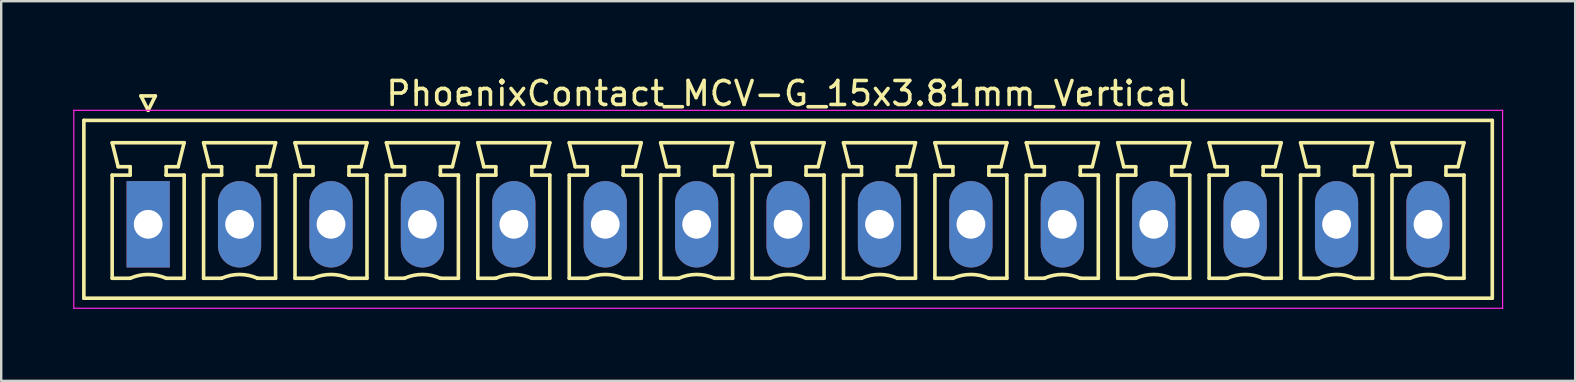
<source format=kicad_pcb>
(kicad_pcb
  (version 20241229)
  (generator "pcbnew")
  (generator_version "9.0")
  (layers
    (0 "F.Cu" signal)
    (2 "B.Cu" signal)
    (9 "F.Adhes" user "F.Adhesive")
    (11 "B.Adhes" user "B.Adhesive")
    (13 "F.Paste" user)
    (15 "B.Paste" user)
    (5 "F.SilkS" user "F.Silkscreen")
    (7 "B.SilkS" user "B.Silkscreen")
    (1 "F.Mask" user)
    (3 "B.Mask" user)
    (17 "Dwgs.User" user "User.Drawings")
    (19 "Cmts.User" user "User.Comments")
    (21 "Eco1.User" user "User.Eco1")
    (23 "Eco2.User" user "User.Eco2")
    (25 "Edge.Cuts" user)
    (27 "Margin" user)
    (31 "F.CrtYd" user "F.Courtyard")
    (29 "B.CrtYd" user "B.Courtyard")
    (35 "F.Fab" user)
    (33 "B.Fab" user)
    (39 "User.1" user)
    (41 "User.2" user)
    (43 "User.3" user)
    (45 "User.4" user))
  (footprint "PhoenixContact_MCV-G_15x3.81mm_Vertical"
    (layer "F.Cu")
    (at 3.125 6.298)
    (property "Reference" "PhoenixContact_MCV-G_15x3.81mm_Vertical" (at 26.67 -5.45 0) (layer "F.SilkS") (effects (font (size 1 1) (thickness 0.15))))
    (attr through_hole)
    (fp_line (start -2.68 -4.33) (end -2.68 3.08) (stroke (width 0.15) (type solid)) (layer "F.SilkS"))
    (fp_line (start -2.68 3.08) (end 56.02 3.08) (stroke (width 0.15) (type solid)) (layer "F.SilkS"))
    (fp_line (start -1.5 -3.4) (end 1.5 -3.4) (stroke (width 0.15) (type solid)) (layer "F.SilkS"))
    (fp_line (start -1.5 -2.05) (end -0.75 -2.05) (stroke (width 0.15) (type solid)) (layer "F.SilkS"))
    (fp_line (start -1.5 2.25) (end -1.5 -2.05) (stroke (width 0.15) (type solid)) (layer "F.SilkS"))
    (fp_line (start -1.25 -2.4) (end -1.5 -3.4) (stroke (width 0.15) (type solid)) (layer "F.SilkS"))
    (fp_line (start -0.75 -2.4) (end -1.25 -2.4) (stroke (width 0.15) (type solid)) (layer "F.SilkS"))
    (fp_line (start -0.75 -2.05) (end -0.75 -2.4) (stroke (width 0.15) (type solid)) (layer "F.SilkS"))
    (fp_line (start -0.75 2.25) (end -1.5 2.25) (stroke (width 0.15) (type solid)) (layer "F.SilkS"))
    (fp_line (start -0.3 -5.35) (end 0 -4.75) (stroke (width 0.15) (type solid)) (layer "F.SilkS"))
    (fp_line (start 0 -4.75) (end 0.3 -5.35) (stroke (width 0.15) (type solid)) (layer "F.SilkS"))
    (fp_line (start 0.3 -5.35) (end -0.3 -5.35) (stroke (width 0.15) (type solid)) (layer "F.SilkS"))
    (fp_line (start 0.75 -2.4) (end 0.75 -2.05) (stroke (width 0.15) (type solid)) (layer "F.SilkS"))
    (fp_line (start 0.75 -2.05) (end 0.75 -2.05) (stroke (width 0.15) (type solid)) (layer "F.SilkS"))
    (fp_line (start 0.75 -2.05) (end 1.5 -2.05) (stroke (width 0.15) (type solid)) (layer "F.SilkS"))
    (fp_line (start 1.25 -2.4) (end 0.75 -2.4) (stroke (width 0.15) (type solid)) (layer "F.SilkS"))
    (fp_line (start 1.5 -3.4) (end 1.25 -2.4) (stroke (width 0.15) (type solid)) (layer "F.SilkS"))
    (fp_line (start 1.5 -2.05) (end 1.5 2.25) (stroke (width 0.15) (type solid)) (layer "F.SilkS"))
    (fp_line (start 1.5 2.25) (end 0.75 2.25) (stroke (width 0.15) (type solid)) (layer "F.SilkS"))
    (fp_line (start 2.31 -3.4) (end 5.31 -3.4) (stroke (width 0.15) (type solid)) (layer "F.SilkS"))
    (fp_line (start 2.31 -2.05) (end 3.06 -2.05) (stroke (width 0.15) (type solid)) (layer "F.SilkS"))
    (fp_line (start 2.31 2.25) (end 2.31 -2.05) (stroke (width 0.15) (type solid)) (layer "F.SilkS"))
    (fp_line (start 2.56 -2.4) (end 2.31 -3.4) (stroke (width 0.15) (type solid)) (layer "F.SilkS"))
    (fp_line (start 3.06 -2.4) (end 2.56 -2.4) (stroke (width 0.15) (type solid)) (layer "F.SilkS"))
    (fp_line (start 3.06 -2.05) (end 3.06 -2.4) (stroke (width 0.15) (type solid)) (layer "F.SilkS"))
    (fp_line (start 3.06 2.25) (end 2.31 2.25) (stroke (width 0.15) (type solid)) (layer "F.SilkS"))
    (fp_line (start 4.56 -2.4) (end 4.56 -2.05) (stroke (width 0.15) (type solid)) (layer "F.SilkS"))
    (fp_line (start 4.56 -2.05) (end 4.56 -2.05) (stroke (width 0.15) (type solid)) (layer "F.SilkS"))
    (fp_line (start 4.56 -2.05) (end 5.31 -2.05) (stroke (width 0.15) (type solid)) (layer "F.SilkS"))
    (fp_line (start 5.06 -2.4) (end 4.56 -2.4) (stroke (width 0.15) (type solid)) (layer "F.SilkS"))
    (fp_line (start 5.31 -3.4) (end 5.06 -2.4) (stroke (width 0.15) (type solid)) (layer "F.SilkS"))
    (fp_line (start 5.31 -2.05) (end 5.31 2.25) (stroke (width 0.15) (type solid)) (layer "F.SilkS"))
    (fp_line (start 5.31 2.25) (end 4.56 2.25) (stroke (width 0.15) (type solid)) (layer "F.SilkS"))
    (fp_line (start 6.12 -3.4) (end 9.12 -3.4) (stroke (width 0.15) (type solid)) (layer "F.SilkS"))
    (fp_line (start 6.12 -2.05) (end 6.87 -2.05) (stroke (width 0.15) (type solid)) (layer "F.SilkS"))
    (fp_line (start 6.12 2.25) (end 6.12 -2.05) (stroke (width 0.15) (type solid)) (layer "F.SilkS"))
    (fp_line (start 6.37 -2.4) (end 6.12 -3.4) (stroke (width 0.15) (type solid)) (layer "F.SilkS"))
    (fp_line (start 6.87 -2.4) (end 6.37 -2.4) (stroke (width 0.15) (type solid)) (layer "F.SilkS"))
    (fp_line (start 6.87 -2.05) (end 6.87 -2.4) (stroke (width 0.15) (type solid)) (layer "F.SilkS"))
    (fp_line (start 6.87 2.25) (end 6.12 2.25) (stroke (width 0.15) (type solid)) (layer "F.SilkS"))
    (fp_line (start 8.37 -2.4) (end 8.37 -2.05) (stroke (width 0.15) (type solid)) (layer "F.SilkS"))
    (fp_line (start 8.37 -2.05) (end 8.37 -2.05) (stroke (width 0.15) (type solid)) (layer "F.SilkS"))
    (fp_line (start 8.37 -2.05) (end 9.12 -2.05) (stroke (width 0.15) (type solid)) (layer "F.SilkS"))
    (fp_line (start 8.87 -2.4) (end 8.37 -2.4) (stroke (width 0.15) (type solid)) (layer "F.SilkS"))
    (fp_line (start 9.12 -3.4) (end 8.87 -2.4) (stroke (width 0.15) (type solid)) (layer "F.SilkS"))
    (fp_line (start 9.12 -2.05) (end 9.12 2.25) (stroke (width 0.15) (type solid)) (layer "F.SilkS"))
    (fp_line (start 9.12 2.25) (end 8.37 2.25) (stroke (width 0.15) (type solid)) (layer "F.SilkS"))
    (fp_line (start 9.93 -3.4) (end 12.93 -3.4) (stroke (width 0.15) (type solid)) (layer "F.SilkS"))
    (fp_line (start 9.93 -2.05) (end 10.68 -2.05) (stroke (width 0.15) (type solid)) (layer "F.SilkS"))
    (fp_line (start 9.93 2.25) (end 9.93 -2.05) (stroke (width 0.15) (type solid)) (layer "F.SilkS"))
    (fp_line (start 10.18 -2.4) (end 9.93 -3.4) (stroke (width 0.15) (type solid)) (layer "F.SilkS"))
    (fp_line (start 10.68 -2.4) (end 10.18 -2.4) (stroke (width 0.15) (type solid)) (layer "F.SilkS"))
    (fp_line (start 10.68 -2.05) (end 10.68 -2.4) (stroke (width 0.15) (type solid)) (layer "F.SilkS"))
    (fp_line (start 10.68 2.25) (end 9.93 2.25) (stroke (width 0.15) (type solid)) (layer "F.SilkS"))
    (fp_line (start 12.18 -2.4) (end 12.18 -2.05) (stroke (width 0.15) (type solid)) (layer "F.SilkS"))
    (fp_line (start 12.18 -2.05) (end 12.18 -2.05) (stroke (width 0.15) (type solid)) (layer "F.SilkS"))
    (fp_line (start 12.18 -2.05) (end 12.93 -2.05) (stroke (width 0.15) (type solid)) (layer "F.SilkS"))
    (fp_line (start 12.68 -2.4) (end 12.18 -2.4) (stroke (width 0.15) (type solid)) (layer "F.SilkS"))
    (fp_line (start 12.93 -3.4) (end 12.68 -2.4) (stroke (width 0.15) (type solid)) (layer "F.SilkS"))
    (fp_line (start 12.93 -2.05) (end 12.93 2.25) (stroke (width 0.15) (type solid)) (layer "F.SilkS"))
    (fp_line (start 12.93 2.25) (end 12.18 2.25) (stroke (width 0.15) (type solid)) (layer "F.SilkS"))
    (fp_line (start 13.74 -3.4) (end 16.74 -3.4) (stroke (width 0.15) (type solid)) (layer "F.SilkS"))
    (fp_line (start 13.74 -2.05) (end 14.49 -2.05) (stroke (width 0.15) (type solid)) (layer "F.SilkS"))
    (fp_line (start 13.74 2.25) (end 13.74 -2.05) (stroke (width 0.15) (type solid)) (layer "F.SilkS"))
    (fp_line (start 13.99 -2.4) (end 13.74 -3.4) (stroke (width 0.15) (type solid)) (layer "F.SilkS"))
    (fp_line (start 14.49 -2.4) (end 13.99 -2.4) (stroke (width 0.15) (type solid)) (layer "F.SilkS"))
    (fp_line (start 14.49 -2.05) (end 14.49 -2.4) (stroke (width 0.15) (type solid)) (layer "F.SilkS"))
    (fp_line (start 14.49 2.25) (end 13.74 2.25) (stroke (width 0.15) (type solid)) (layer "F.SilkS"))
    (fp_line (start 15.99 -2.4) (end 15.99 -2.05) (stroke (width 0.15) (type solid)) (layer "F.SilkS"))
    (fp_line (start 15.99 -2.05) (end 15.99 -2.05) (stroke (width 0.15) (type solid)) (layer "F.SilkS"))
    (fp_line (start 15.99 -2.05) (end 16.74 -2.05) (stroke (width 0.15) (type solid)) (layer "F.SilkS"))
    (fp_line (start 16.49 -2.4) (end 15.99 -2.4) (stroke (width 0.15) (type solid)) (layer "F.SilkS"))
    (fp_line (start 16.74 -3.4) (end 16.49 -2.4) (stroke (width 0.15) (type solid)) (layer "F.SilkS"))
    (fp_line (start 16.74 -2.05) (end 16.74 2.25) (stroke (width 0.15) (type solid)) (layer "F.SilkS"))
    (fp_line (start 16.74 2.25) (end 15.99 2.25) (stroke (width 0.15) (type solid)) (layer "F.SilkS"))
    (fp_line (start 17.55 -3.4) (end 20.55 -3.4) (stroke (width 0.15) (type solid)) (layer "F.SilkS"))
    (fp_line (start 17.55 -2.05) (end 18.3 -2.05) (stroke (width 0.15) (type solid)) (layer "F.SilkS"))
    (fp_line (start 17.55 2.25) (end 17.55 -2.05) (stroke (width 0.15) (type solid)) (layer "F.SilkS"))
    (fp_line (start 17.8 -2.4) (end 17.55 -3.4) (stroke (width 0.15) (type solid)) (layer "F.SilkS"))
    (fp_line (start 18.3 -2.4) (end 17.8 -2.4) (stroke (width 0.15) (type solid)) (layer "F.SilkS"))
    (fp_line (start 18.3 -2.05) (end 18.3 -2.4) (stroke (width 0.15) (type solid)) (layer "F.SilkS"))
    (fp_line (start 18.3 2.25) (end 17.55 2.25) (stroke (width 0.15) (type solid)) (layer "F.SilkS"))
    (fp_line (start 19.8 -2.4) (end 19.8 -2.05) (stroke (width 0.15) (type solid)) (layer "F.SilkS"))
    (fp_line (start 19.8 -2.05) (end 19.8 -2.05) (stroke (width 0.15) (type solid)) (layer "F.SilkS"))
    (fp_line (start 19.8 -2.05) (end 20.55 -2.05) (stroke (width 0.15) (type solid)) (layer "F.SilkS"))
    (fp_line (start 20.3 -2.4) (end 19.8 -2.4) (stroke (width 0.15) (type solid)) (layer "F.SilkS"))
    (fp_line (start 20.55 -3.4) (end 20.3 -2.4) (stroke (width 0.15) (type solid)) (layer "F.SilkS"))
    (fp_line (start 20.55 -2.05) (end 20.55 2.25) (stroke (width 0.15) (type solid)) (layer "F.SilkS"))
    (fp_line (start 20.55 2.25) (end 19.8 2.25) (stroke (width 0.15) (type solid)) (layer "F.SilkS"))
    (fp_line (start 21.36 -3.4) (end 24.36 -3.4) (stroke (width 0.15) (type solid)) (layer "F.SilkS"))
    (fp_line (start 21.36 -2.05) (end 22.11 -2.05) (stroke (width 0.15) (type solid)) (layer "F.SilkS"))
    (fp_line (start 21.36 2.25) (end 21.36 -2.05) (stroke (width 0.15) (type solid)) (layer "F.SilkS"))
    (fp_line (start 21.61 -2.4) (end 21.36 -3.4) (stroke (width 0.15) (type solid)) (layer "F.SilkS"))
    (fp_line (start 22.11 -2.4) (end 21.61 -2.4) (stroke (width 0.15) (type solid)) (layer "F.SilkS"))
    (fp_line (start 22.11 -2.05) (end 22.11 -2.4) (stroke (width 0.15) (type solid)) (layer "F.SilkS"))
    (fp_line (start 22.11 2.25) (end 21.36 2.25) (stroke (width 0.15) (type solid)) (layer "F.SilkS"))
    (fp_line (start 23.61 -2.4) (end 23.61 -2.05) (stroke (width 0.15) (type solid)) (layer "F.SilkS"))
    (fp_line (start 23.61 -2.05) (end 23.61 -2.05) (stroke (width 0.15) (type solid)) (layer "F.SilkS"))
    (fp_line (start 23.61 -2.05) (end 24.36 -2.05) (stroke (width 0.15) (type solid)) (layer "F.SilkS"))
    (fp_line (start 24.11 -2.4) (end 23.61 -2.4) (stroke (width 0.15) (type solid)) (layer "F.SilkS"))
    (fp_line (start 24.36 -3.4) (end 24.11 -2.4) (stroke (width 0.15) (type solid)) (layer "F.SilkS"))
    (fp_line (start 24.36 -2.05) (end 24.36 2.25) (stroke (width 0.15) (type solid)) (layer "F.SilkS"))
    (fp_line (start 24.36 2.25) (end 23.61 2.25) (stroke (width 0.15) (type solid)) (layer "F.SilkS"))
    (fp_line (start 25.17 -3.4) (end 28.17 -3.4) (stroke (width 0.15) (type solid)) (layer "F.SilkS"))
    (fp_line (start 25.17 -2.05) (end 25.92 -2.05) (stroke (width 0.15) (type solid)) (layer "F.SilkS"))
    (fp_line (start 25.17 2.25) (end 25.17 -2.05) (stroke (width 0.15) (type solid)) (layer "F.SilkS"))
    (fp_line (start 25.42 -2.4) (end 25.17 -3.4) (stroke (width 0.15) (type solid)) (layer "F.SilkS"))
    (fp_line (start 25.92 -2.4) (end 25.42 -2.4) (stroke (width 0.15) (type solid)) (layer "F.SilkS"))
    (fp_line (start 25.92 -2.05) (end 25.92 -2.4) (stroke (width 0.15) (type solid)) (layer "F.SilkS"))
    (fp_line (start 25.92 2.25) (end 25.17 2.25) (stroke (width 0.15) (type solid)) (layer "F.SilkS"))
    (fp_line (start 27.42 -2.4) (end 27.42 -2.05) (stroke (width 0.15) (type solid)) (layer "F.SilkS"))
    (fp_line (start 27.42 -2.05) (end 27.42 -2.05) (stroke (width 0.15) (type solid)) (layer "F.SilkS"))
    (fp_line (start 27.42 -2.05) (end 28.17 -2.05) (stroke (width 0.15) (type solid)) (layer "F.SilkS"))
    (fp_line (start 27.92 -2.4) (end 27.42 -2.4) (stroke (width 0.15) (type solid)) (layer "F.SilkS"))
    (fp_line (start 28.17 -3.4) (end 27.92 -2.4) (stroke (width 0.15) (type solid)) (layer "F.SilkS"))
    (fp_line (start 28.17 -2.05) (end 28.17 2.25) (stroke (width 0.15) (type solid)) (layer "F.SilkS"))
    (fp_line (start 28.17 2.25) (end 27.42 2.25) (stroke (width 0.15) (type solid)) (layer "F.SilkS"))
    (fp_line (start 28.98 -3.4) (end 31.98 -3.4) (stroke (width 0.15) (type solid)) (layer "F.SilkS"))
    (fp_line (start 28.98 -2.05) (end 29.73 -2.05) (stroke (width 0.15) (type solid)) (layer "F.SilkS"))
    (fp_line (start 28.98 2.25) (end 28.98 -2.05) (stroke (width 0.15) (type solid)) (layer "F.SilkS"))
    (fp_line (start 29.23 -2.4) (end 28.98 -3.4) (stroke (width 0.15) (type solid)) (layer "F.SilkS"))
    (fp_line (start 29.73 -2.4) (end 29.23 -2.4) (stroke (width 0.15) (type solid)) (layer "F.SilkS"))
    (fp_line (start 29.73 -2.05) (end 29.73 -2.4) (stroke (width 0.15) (type solid)) (layer "F.SilkS"))
    (fp_line (start 29.73 2.25) (end 28.98 2.25) (stroke (width 0.15) (type solid)) (layer "F.SilkS"))
    (fp_line (start 31.23 -2.4) (end 31.23 -2.05) (stroke (width 0.15) (type solid)) (layer "F.SilkS"))
    (fp_line (start 31.23 -2.05) (end 31.23 -2.05) (stroke (width 0.15) (type solid)) (layer "F.SilkS"))
    (fp_line (start 31.23 -2.05) (end 31.98 -2.05) (stroke (width 0.15) (type solid)) (layer "F.SilkS"))
    (fp_line (start 31.73 -2.4) (end 31.23 -2.4) (stroke (width 0.15) (type solid)) (layer "F.SilkS"))
    (fp_line (start 31.98 -3.4) (end 31.73 -2.4) (stroke (width 0.15) (type solid)) (layer "F.SilkS"))
    (fp_line (start 31.98 -2.05) (end 31.98 2.25) (stroke (width 0.15) (type solid)) (layer "F.SilkS"))
    (fp_line (start 31.98 2.25) (end 31.23 2.25) (stroke (width 0.15) (type solid)) (layer "F.SilkS"))
    (fp_line (start 32.79 -3.4) (end 35.79 -3.4) (stroke (width 0.15) (type solid)) (layer "F.SilkS"))
    (fp_line (start 32.79 -2.05) (end 33.54 -2.05) (stroke (width 0.15) (type solid)) (layer "F.SilkS"))
    (fp_line (start 32.79 2.25) (end 32.79 -2.05) (stroke (width 0.15) (type solid)) (layer "F.SilkS"))
    (fp_line (start 33.04 -2.4) (end 32.79 -3.4) (stroke (width 0.15) (type solid)) (layer "F.SilkS"))
    (fp_line (start 33.54 -2.4) (end 33.04 -2.4) (stroke (width 0.15) (type solid)) (layer "F.SilkS"))
    (fp_line (start 33.54 -2.05) (end 33.54 -2.4) (stroke (width 0.15) (type solid)) (layer "F.SilkS"))
    (fp_line (start 33.54 2.25) (end 32.79 2.25) (stroke (width 0.15) (type solid)) (layer "F.SilkS"))
    (fp_line (start 35.04 -2.4) (end 35.04 -2.05) (stroke (width 0.15) (type solid)) (layer "F.SilkS"))
    (fp_line (start 35.04 -2.05) (end 35.04 -2.05) (stroke (width 0.15) (type solid)) (layer "F.SilkS"))
    (fp_line (start 35.04 -2.05) (end 35.79 -2.05) (stroke (width 0.15) (type solid)) (layer "F.SilkS"))
    (fp_line (start 35.54 -2.4) (end 35.04 -2.4) (stroke (width 0.15) (type solid)) (layer "F.SilkS"))
    (fp_line (start 35.79 -3.4) (end 35.54 -2.4) (stroke (width 0.15) (type solid)) (layer "F.SilkS"))
    (fp_line (start 35.79 -2.05) (end 35.79 2.25) (stroke (width 0.15) (type solid)) (layer "F.SilkS"))
    (fp_line (start 35.79 2.25) (end 35.04 2.25) (stroke (width 0.15) (type solid)) (layer "F.SilkS"))
    (fp_line (start 36.6 -3.4) (end 39.6 -3.4) (stroke (width 0.15) (type solid)) (layer "F.SilkS"))
    (fp_line (start 36.6 -2.05) (end 37.35 -2.05) (stroke (width 0.15) (type solid)) (layer "F.SilkS"))
    (fp_line (start 36.6 2.25) (end 36.6 -2.05) (stroke (width 0.15) (type solid)) (layer "F.SilkS"))
    (fp_line (start 36.85 -2.4) (end 36.6 -3.4) (stroke (width 0.15) (type solid)) (layer "F.SilkS"))
    (fp_line (start 37.35 -2.4) (end 36.85 -2.4) (stroke (width 0.15) (type solid)) (layer "F.SilkS"))
    (fp_line (start 37.35 -2.05) (end 37.35 -2.4) (stroke (width 0.15) (type solid)) (layer "F.SilkS"))
    (fp_line (start 37.35 2.25) (end 36.6 2.25) (stroke (width 0.15) (type solid)) (layer "F.SilkS"))
    (fp_line (start 38.85 -2.4) (end 38.85 -2.05) (stroke (width 0.15) (type solid)) (layer "F.SilkS"))
    (fp_line (start 38.85 -2.05) (end 38.85 -2.05) (stroke (width 0.15) (type solid)) (layer "F.SilkS"))
    (fp_line (start 38.85 -2.05) (end 39.6 -2.05) (stroke (width 0.15) (type solid)) (layer "F.SilkS"))
    (fp_line (start 39.35 -2.4) (end 38.85 -2.4) (stroke (width 0.15) (type solid)) (layer "F.SilkS"))
    (fp_line (start 39.6 -3.4) (end 39.35 -2.4) (stroke (width 0.15) (type solid)) (layer "F.SilkS"))
    (fp_line (start 39.6 -2.05) (end 39.6 2.25) (stroke (width 0.15) (type solid)) (layer "F.SilkS"))
    (fp_line (start 39.6 2.25) (end 38.85 2.25) (stroke (width 0.15) (type solid)) (layer "F.SilkS"))
    (fp_line (start 40.41 -3.4) (end 43.41 -3.4) (stroke (width 0.15) (type solid)) (layer "F.SilkS"))
    (fp_line (start 40.41 -2.05) (end 41.16 -2.05) (stroke (width 0.15) (type solid)) (layer "F.SilkS"))
    (fp_line (start 40.41 2.25) (end 40.41 -2.05) (stroke (width 0.15) (type solid)) (layer "F.SilkS"))
    (fp_line (start 40.66 -2.4) (end 40.41 -3.4) (stroke (width 0.15) (type solid)) (layer "F.SilkS"))
    (fp_line (start 41.16 -2.4) (end 40.66 -2.4) (stroke (width 0.15) (type solid)) (layer "F.SilkS"))
    (fp_line (start 41.16 -2.05) (end 41.16 -2.4) (stroke (width 0.15) (type solid)) (layer "F.SilkS"))
    (fp_line (start 41.16 2.25) (end 40.41 2.25) (stroke (width 0.15) (type solid)) (layer "F.SilkS"))
    (fp_line (start 42.66 -2.4) (end 42.66 -2.05) (stroke (width 0.15) (type solid)) (layer "F.SilkS"))
    (fp_line (start 42.66 -2.05) (end 42.66 -2.05) (stroke (width 0.15) (type solid)) (layer "F.SilkS"))
    (fp_line (start 42.66 -2.05) (end 43.41 -2.05) (stroke (width 0.15) (type solid)) (layer "F.SilkS"))
    (fp_line (start 43.16 -2.4) (end 42.66 -2.4) (stroke (width 0.15) (type solid)) (layer "F.SilkS"))
    (fp_line (start 43.41 -3.4) (end 43.16 -2.4) (stroke (width 0.15) (type solid)) (layer "F.SilkS"))
    (fp_line (start 43.41 -2.05) (end 43.41 2.25) (stroke (width 0.15) (type solid)) (layer "F.SilkS"))
    (fp_line (start 43.41 2.25) (end 42.66 2.25) (stroke (width 0.15) (type solid)) (layer "F.SilkS"))
    (fp_line (start 44.22 -3.4) (end 47.22 -3.4) (stroke (width 0.15) (type solid)) (layer "F.SilkS"))
    (fp_line (start 44.22 -2.05) (end 44.97 -2.05) (stroke (width 0.15) (type solid)) (layer "F.SilkS"))
    (fp_line (start 44.22 2.25) (end 44.22 -2.05) (stroke (width 0.15) (type solid)) (layer "F.SilkS"))
    (fp_line (start 44.47 -2.4) (end 44.22 -3.4) (stroke (width 0.15) (type solid)) (layer "F.SilkS"))
    (fp_line (start 44.97 -2.4) (end 44.47 -2.4) (stroke (width 0.15) (type solid)) (layer "F.SilkS"))
    (fp_line (start 44.97 -2.05) (end 44.97 -2.4) (stroke (width 0.15) (type solid)) (layer "F.SilkS"))
    (fp_line (start 44.97 2.25) (end 44.22 2.25) (stroke (width 0.15) (type solid)) (layer "F.SilkS"))
    (fp_line (start 46.47 -2.4) (end 46.47 -2.05) (stroke (width 0.15) (type solid)) (layer "F.SilkS"))
    (fp_line (start 46.47 -2.05) (end 46.47 -2.05) (stroke (width 0.15) (type solid)) (layer "F.SilkS"))
    (fp_line (start 46.47 -2.05) (end 47.22 -2.05) (stroke (width 0.15) (type solid)) (layer "F.SilkS"))
    (fp_line (start 46.97 -2.4) (end 46.47 -2.4) (stroke (width 0.15) (type solid)) (layer "F.SilkS"))
    (fp_line (start 47.22 -3.4) (end 46.97 -2.4) (stroke (width 0.15) (type solid)) (layer "F.SilkS"))
    (fp_line (start 47.22 -2.05) (end 47.22 2.25) (stroke (width 0.15) (type solid)) (layer "F.SilkS"))
    (fp_line (start 47.22 2.25) (end 46.47 2.25) (stroke (width 0.15) (type solid)) (layer "F.SilkS"))
    (fp_line (start 48.03 -3.4) (end 51.03 -3.4) (stroke (width 0.15) (type solid)) (layer "F.SilkS"))
    (fp_line (start 48.03 -2.05) (end 48.78 -2.05) (stroke (width 0.15) (type solid)) (layer "F.SilkS"))
    (fp_line (start 48.03 2.25) (end 48.03 -2.05) (stroke (width 0.15) (type solid)) (layer "F.SilkS"))
    (fp_line (start 48.28 -2.4) (end 48.03 -3.4) (stroke (width 0.15) (type solid)) (layer "F.SilkS"))
    (fp_line (start 48.78 -2.4) (end 48.28 -2.4) (stroke (width 0.15) (type solid)) (layer "F.SilkS"))
    (fp_line (start 48.78 -2.05) (end 48.78 -2.4) (stroke (width 0.15) (type solid)) (layer "F.SilkS"))
    (fp_line (start 48.78 2.25) (end 48.03 2.25) (stroke (width 0.15) (type solid)) (layer "F.SilkS"))
    (fp_line (start 50.28 -2.4) (end 50.28 -2.05) (stroke (width 0.15) (type solid)) (layer "F.SilkS"))
    (fp_line (start 50.28 -2.05) (end 50.28 -2.05) (stroke (width 0.15) (type solid)) (layer "F.SilkS"))
    (fp_line (start 50.28 -2.05) (end 51.03 -2.05) (stroke (width 0.15) (type solid)) (layer "F.SilkS"))
    (fp_line (start 50.78 -2.4) (end 50.28 -2.4) (stroke (width 0.15) (type solid)) (layer "F.SilkS"))
    (fp_line (start 51.03 -3.4) (end 50.78 -2.4) (stroke (width 0.15) (type solid)) (layer "F.SilkS"))
    (fp_line (start 51.03 -2.05) (end 51.03 2.25) (stroke (width 0.15) (type solid)) (layer "F.SilkS"))
    (fp_line (start 51.03 2.25) (end 50.28 2.25) (stroke (width 0.15) (type solid)) (layer "F.SilkS"))
    (fp_line (start 51.84 -3.4) (end 54.84 -3.4) (stroke (width 0.15) (type solid)) (layer "F.SilkS"))
    (fp_line (start 51.84 -2.05) (end 52.59 -2.05) (stroke (width 0.15) (type solid)) (layer "F.SilkS"))
    (fp_line (start 51.84 2.25) (end 51.84 -2.05) (stroke (width 0.15) (type solid)) (layer "F.SilkS"))
    (fp_line (start 52.09 -2.4) (end 51.84 -3.4) (stroke (width 0.15) (type solid)) (layer "F.SilkS"))
    (fp_line (start 52.59 -2.4) (end 52.09 -2.4) (stroke (width 0.15) (type solid)) (layer "F.SilkS"))
    (fp_line (start 52.59 -2.05) (end 52.59 -2.4) (stroke (width 0.15) (type solid)) (layer "F.SilkS"))
    (fp_line (start 52.59 2.25) (end 51.84 2.25) (stroke (width 0.15) (type solid)) (layer "F.SilkS"))
    (fp_line (start 54.09 -2.4) (end 54.09 -2.05) (stroke (width 0.15) (type solid)) (layer "F.SilkS"))
    (fp_line (start 54.09 -2.05) (end 54.09 -2.05) (stroke (width 0.15) (type solid)) (layer "F.SilkS"))
    (fp_line (start 54.09 -2.05) (end 54.84 -2.05) (stroke (width 0.15) (type solid)) (layer "F.SilkS"))
    (fp_line (start 54.59 -2.4) (end 54.09 -2.4) (stroke (width 0.15) (type solid)) (layer "F.SilkS"))
    (fp_line (start 54.84 -3.4) (end 54.59 -2.4) (stroke (width 0.15) (type solid)) (layer "F.SilkS"))
    (fp_line (start 54.84 -2.05) (end 54.84 2.25) (stroke (width 0.15) (type solid)) (layer "F.SilkS"))
    (fp_line (start 54.84 2.25) (end 54.09 2.25) (stroke (width 0.15) (type solid)) (layer "F.SilkS"))
    (fp_line (start 56.02 -4.33) (end -2.68 -4.33) (stroke (width 0.15) (type solid)) (layer "F.SilkS"))
    (fp_line (start 56.02 3.08) (end 56.02 -4.33) (stroke (width 0.15) (type solid)) (layer "F.SilkS"))
    (fp_arc (start -0.75 2.25) (mid -0.000193 2.09191) (end 0.749647 2.249844) (stroke (width 0.15) (type solid)) (layer "F.SilkS"))
    (fp_arc (start 3.06 2.25) (mid 3.809807 2.09191) (end 4.559647 2.249844) (stroke (width 0.15) (type solid)) (layer "F.SilkS"))
    (fp_arc (start 6.87 2.25) (mid 7.619807 2.09191) (end 8.369647 2.249844) (stroke (width 0.15) (type solid)) (layer "F.SilkS"))
    (fp_arc (start 10.68 2.25) (mid 11.429807 2.09191) (end 12.179647 2.249844) (stroke (width 0.15) (type solid)) (layer "F.SilkS"))
    (fp_arc (start 14.49 2.25) (mid 15.239807 2.09191) (end 15.989647 2.249844) (stroke (width 0.15) (type solid)) (layer "F.SilkS"))
    (fp_arc (start 18.3 2.25) (mid 19.049807 2.09191) (end 19.799647 2.249844) (stroke (width 0.15) (type solid)) (layer "F.SilkS"))
    (fp_arc (start 22.11 2.25) (mid 22.859807 2.09191) (end 23.609647 2.249844) (stroke (width 0.15) (type solid)) (layer "F.SilkS"))
    (fp_arc (start 25.92 2.25) (mid 26.669807 2.09191) (end 27.419647 2.249844) (stroke (width 0.15) (type solid)) (layer "F.SilkS"))
    (fp_arc (start 29.73 2.25) (mid 30.479807 2.09191) (end 31.229647 2.249844) (stroke (width 0.15) (type solid)) (layer "F.SilkS"))
    (fp_arc (start 33.54 2.25) (mid 34.289807 2.09191) (end 35.039647 2.249844) (stroke (width 0.15) (type solid)) (layer "F.SilkS"))
    (fp_arc (start 37.35 2.25) (mid 38.099807 2.09191) (end 38.849647 2.249844) (stroke (width 0.15) (type solid)) (layer "F.SilkS"))
    (fp_arc (start 41.16 2.25) (mid 41.909807 2.09191) (end 42.659647 2.249844) (stroke (width 0.15) (type solid)) (layer "F.SilkS"))
    (fp_arc (start 44.97 2.25) (mid 45.719807 2.09191) (end 46.469647 2.249844) (stroke (width 0.15) (type solid)) (layer "F.SilkS"))
    (fp_arc (start 48.78 2.25) (mid 49.529807 2.09191) (end 50.279647 2.249844) (stroke (width 0.15) (type solid)) (layer "F.SilkS"))
    (fp_arc (start 52.59 2.25) (mid 53.339807 2.09191) (end 54.089647 2.249844) (stroke (width 0.15) (type solid)) (layer "F.SilkS"))
    (fp_line (start -3.1 -4.75) (end -3.1 3.5) (stroke (width 0.05) (type solid)) (layer "F.CrtYd"))
    (fp_line (start -3.1 3.5) (end 56.45 3.5) (stroke (width 0.05) (type solid)) (layer "F.CrtYd"))
    (fp_line (start 56.45 -4.75) (end -3.1 -4.75) (stroke (width 0.05) (type solid)) (layer "F.CrtYd"))
    (fp_line (start 56.45 3.5) (end 56.45 -4.75) (stroke (width 0.05) (type solid)) (layer "F.CrtYd"))
    (pad "1" thru_hole rect (at 0 0) (size 1.8 3.6) (drill 1.2) (layers "*.Cu" "*.Mask"))
    (pad "2" thru_hole oval (at 3.81 0) (size 1.8 3.6) (drill 1.2) (layers "*.Cu" "*.Mask"))
    (pad "3" thru_hole oval (at 7.62 0) (size 1.8 3.6) (drill 1.2) (layers "*.Cu" "*.Mask"))
    (pad "4" thru_hole oval (at 11.43 0) (size 1.8 3.6) (drill 1.2) (layers "*.Cu" "*.Mask"))
    (pad "5" thru_hole oval (at 15.24 0) (size 1.8 3.6) (drill 1.2) (layers "*.Cu" "*.Mask"))
    (pad "6" thru_hole oval (at 19.05 0) (size 1.8 3.6) (drill 1.2) (layers "*.Cu" "*.Mask"))
    (pad "7" thru_hole oval (at 22.86 0) (size 1.8 3.6) (drill 1.2) (layers "*.Cu" "*.Mask"))
    (pad "8" thru_hole oval (at 26.67 0) (size 1.8 3.6) (drill 1.2) (layers "*.Cu" "*.Mask"))
    (pad "9" thru_hole oval (at 30.48 0) (size 1.8 3.6) (drill 1.2) (layers "*.Cu" "*.Mask"))
    (pad "10" thru_hole oval (at 34.29 0) (size 1.8 3.6) (drill 1.2) (layers "*.Cu" "*.Mask"))
    (pad "11" thru_hole oval (at 38.1 0) (size 1.8 3.6) (drill 1.2) (layers "*.Cu" "*.Mask"))
    (pad "12" thru_hole oval (at 41.91 0) (size 1.8 3.6) (drill 1.2) (layers "*.Cu" "*.Mask"))
    (pad "13" thru_hole oval (at 45.72 0) (size 1.8 3.6) (drill 1.2) (layers "*.Cu" "*.Mask"))
    (pad "14" thru_hole oval (at 49.53 0) (size 1.8 3.6) (drill 1.2) (layers "*.Cu" "*.Mask"))
    (pad "15" thru_hole oval (at 53.34 0) (size 1.8 3.6) (drill 1.2) (layers "*.Cu" "*.Mask")))
  (gr_rect
    (start -3 -3)
    (end 62.6 12.823)
    (stroke (width 0.1) (type default))
    (fill no)
    (layer "Edge.Cuts")))
</source>
